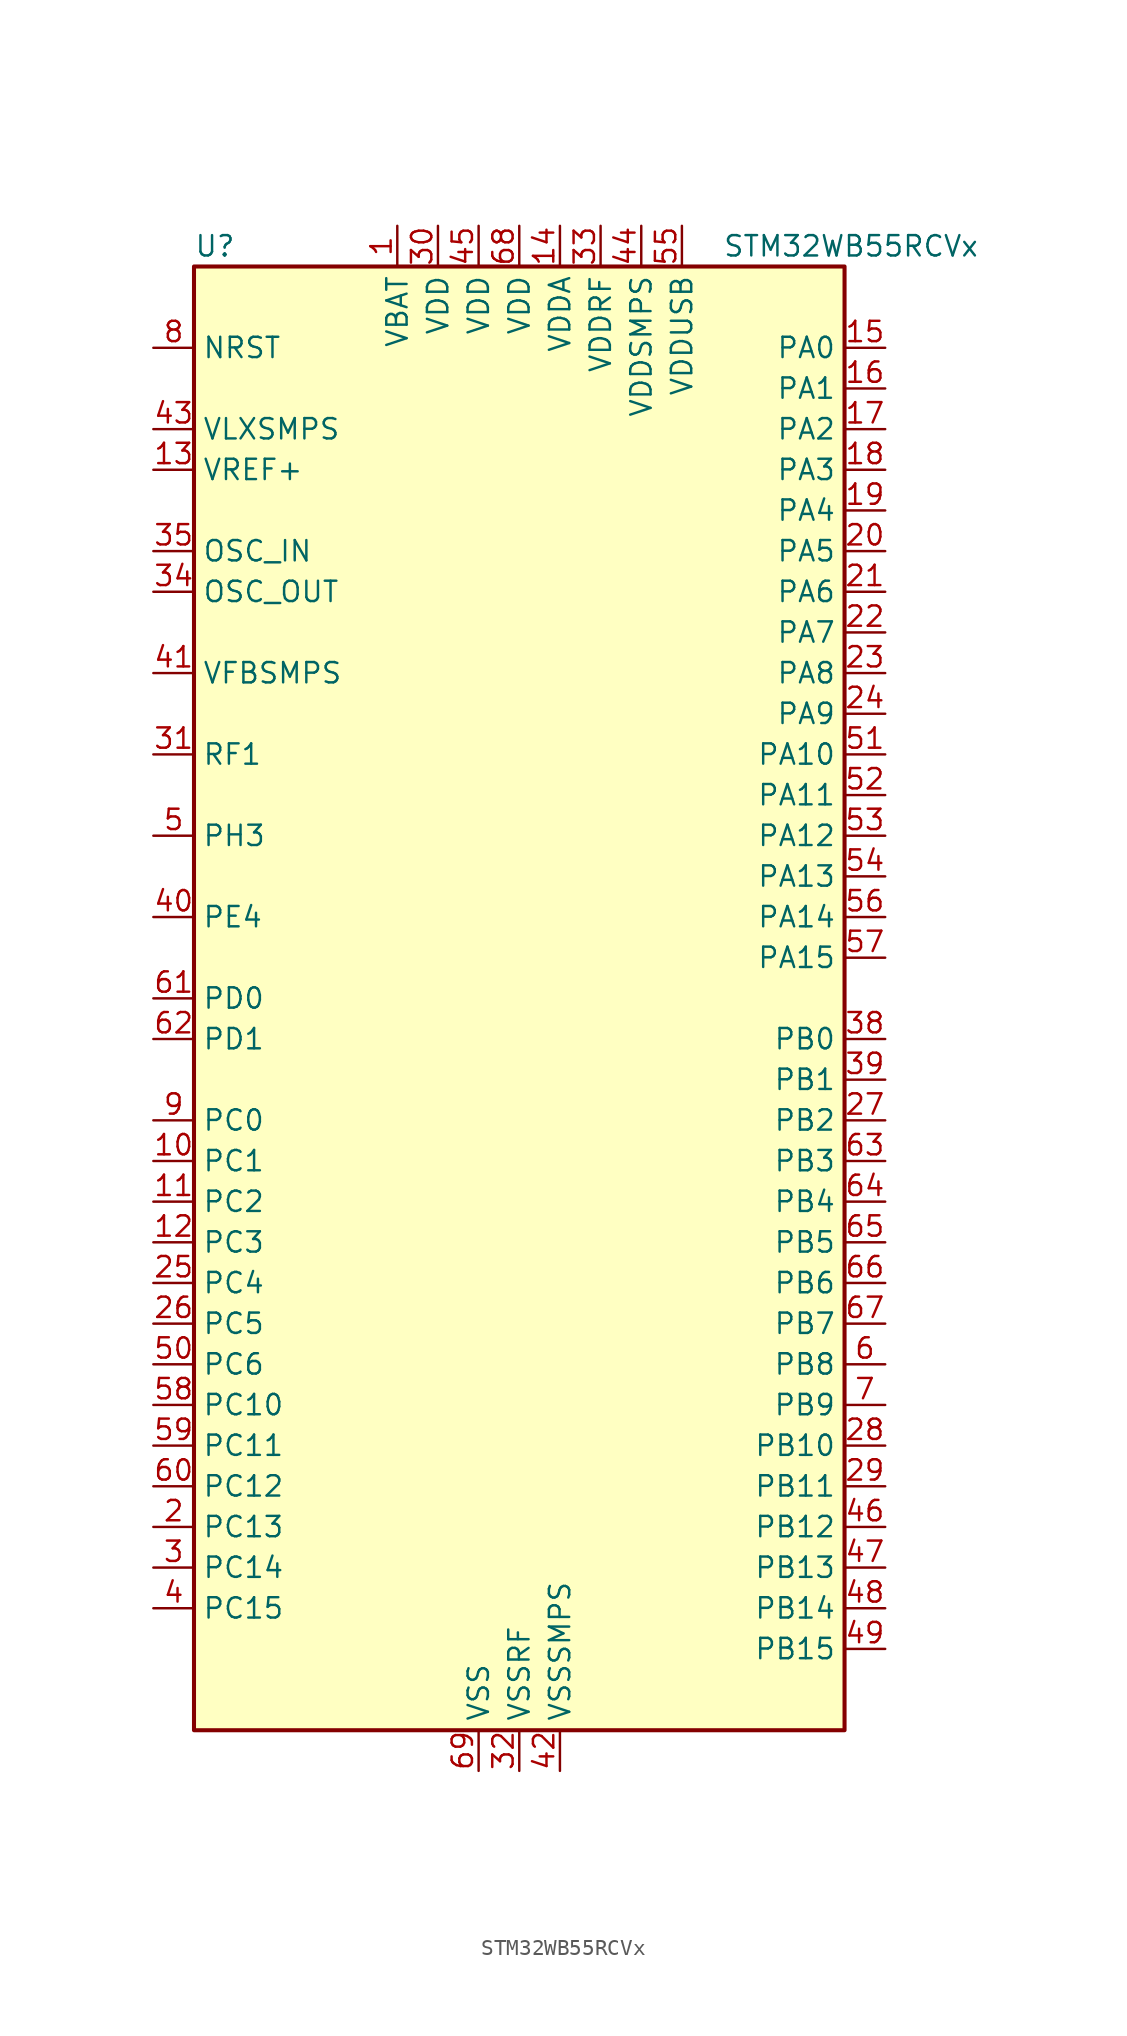
<source format=kicad_sym>
(kicad_symbol_lib
  (version 20231120)
  (generator "kicad-library-utils")
  (generator_version "8.0")
  (symbol "STM32WB55RCVx"
    (property "Reference" "U"
      (at -20.32 46.99 0)
      (effects (font (size 1.27 1.27)) (justify left)))
    (property "Value" "STM32WB55RCVx"
      (at 12.7 46.99 0)
      (effects (font (size 1.27 1.27)) (justify left)))
    (symbol "STM32WB55RCVx_0_1"
      (rectangle (start -20.32 -45.72) (end 20.32 45.72) (stroke (width 0.254) (type default)) (fill (type background))))
    (symbol "STM32WB55RCVx_1_1"
      (pin power_in line (at -7.62 48.26 270) (length 2.54) (name "VBAT" (effects (font (size 1.27 1.27)))) (number "1" (effects (font (size 1.27 1.27)))))
      (pin bidirectional line (at -22.86 -10.16 0) (length 2.54) (name "PC1" (effects (font (size 1.27 1.27)))) (number "10" (effects (font (size 1.27 1.27)))) (alternate "ADC1_IN2" bidirectional line) (alternate "I2C3_SDA" bidirectional line) (alternate "LCD_SEG19" bidirectional line) (alternate "LPTIM1_OUT" bidirectional line) (alternate "LPUART1_TX" bidirectional line) (alternate "SPI2_MOSI" bidirectional line))
      (pin bidirectional line (at -22.86 -12.7 0) (length 2.54) (name "PC2" (effects (font (size 1.27 1.27)))) (number "11" (effects (font (size 1.27 1.27)))) (alternate "ADC1_IN3" bidirectional line) (alternate "LCD_SEG20" bidirectional line) (alternate "LPTIM1_IN2" bidirectional line) (alternate "SPI2_MISO" bidirectional line))
      (pin bidirectional line (at -22.86 -15.24 0) (length 2.54) (name "PC3" (effects (font (size 1.27 1.27)))) (number "12" (effects (font (size 1.27 1.27)))) (alternate "ADC1_IN4" bidirectional line) (alternate "LCD_VLCD" bidirectional line) (alternate "LPTIM1_ETR" bidirectional line) (alternate "LPTIM2_ETR" bidirectional line) (alternate "SAI1_D1" bidirectional line) (alternate "SAI1_SD_A" bidirectional line) (alternate "SPI2_MOSI" bidirectional line))
      (pin input line (at -22.86 33.02 0) (length 2.54) (name "VREF+" (effects (font (size 1.27 1.27)))) (number "13" (effects (font (size 1.27 1.27)))) (alternate "VREFBUF_OUT" bidirectional line))
      (pin power_in line (at 2.54 48.26 270) (length 2.54) (name "VDDA" (effects (font (size 1.27 1.27)))) (number "14" (effects (font (size 1.27 1.27)))))
      (pin bidirectional line (at 22.86 40.64 180) (length 2.54) (name "PA0" (effects (font (size 1.27 1.27)))) (number "15" (effects (font (size 1.27 1.27)))) (alternate "ADC1_IN5" bidirectional line) (alternate "COMP1_INM" bidirectional line) (alternate "COMP1_OUT" bidirectional line) (alternate "RTC_TAMP2" bidirectional line) (alternate "SAI1_EXTCLK" bidirectional line) (alternate "SYS_WKUP1" bidirectional line) (alternate "TIM2_CH1" bidirectional line) (alternate "TIM2_ETR" bidirectional line))
      (pin bidirectional line (at 22.86 38.1 180) (length 2.54) (name "PA1" (effects (font (size 1.27 1.27)))) (number "16" (effects (font (size 1.27 1.27)))) (alternate "ADC1_IN6" bidirectional line) (alternate "COMP1_INP" bidirectional line) (alternate "I2C1_SMBA" bidirectional line) (alternate "LCD_SEG0" bidirectional line) (alternate "SPI1_SCK" bidirectional line) (alternate "TIM2_CH2" bidirectional line))
      (pin bidirectional line (at 22.86 35.56 180) (length 2.54) (name "PA2" (effects (font (size 1.27 1.27)))) (number "17" (effects (font (size 1.27 1.27)))) (alternate "ADC1_IN7" bidirectional line) (alternate "COMP2_INM" bidirectional line) (alternate "COMP2_OUT" bidirectional line) (alternate "LCD_SEG1" bidirectional line) (alternate "LPUART1_TX" bidirectional line) (alternate "QUADSPI_BK1_NCS" bidirectional line) (alternate "RCC_LSCO" bidirectional line) (alternate "SYS_WKUP4" bidirectional line) (alternate "TIM2_CH3" bidirectional line))
      (pin bidirectional line (at 22.86 33.02 180) (length 2.54) (name "PA3" (effects (font (size 1.27 1.27)))) (number "18" (effects (font (size 1.27 1.27)))) (alternate "ADC1_IN8" bidirectional line) (alternate "COMP2_INP" bidirectional line) (alternate "LCD_SEG2" bidirectional line) (alternate "LPUART1_RX" bidirectional line) (alternate "QUADSPI_CLK" bidirectional line) (alternate "SAI1_CK1" bidirectional line) (alternate "SAI1_MCLK_A" bidirectional line) (alternate "TIM2_CH4" bidirectional line))
      (pin bidirectional line (at 22.86 30.48 180) (length 2.54) (name "PA4" (effects (font (size 1.27 1.27)))) (number "19" (effects (font (size 1.27 1.27)))) (alternate "ADC1_IN9" bidirectional line) (alternate "COMP1_INM" bidirectional line) (alternate "COMP2_INM" bidirectional line) (alternate "LCD_SEG5" bidirectional line) (alternate "LPTIM2_OUT" bidirectional line) (alternate "SAI1_FS_B" bidirectional line) (alternate "SPI1_NSS" bidirectional line))
      (pin bidirectional line (at -22.86 -33.02 0) (length 2.54) (name "PC13" (effects (font (size 1.27 1.27)))) (number "2" (effects (font (size 1.27 1.27)))) (alternate "RTC_OUT1" bidirectional line) (alternate "RTC_TAMP1" bidirectional line) (alternate "RTC_TS" bidirectional line) (alternate "SYS_WKUP2" bidirectional line))
      (pin bidirectional line (at 22.86 27.94 180) (length 2.54) (name "PA5" (effects (font (size 1.27 1.27)))) (number "20" (effects (font (size 1.27 1.27)))) (alternate "ADC1_IN10" bidirectional line) (alternate "COMP1_INM" bidirectional line) (alternate "COMP2_INM" bidirectional line) (alternate "LPTIM2_ETR" bidirectional line) (alternate "SAI1_SD_B" bidirectional line) (alternate "SPI1_SCK" bidirectional line) (alternate "TIM2_CH1" bidirectional line) (alternate "TIM2_ETR" bidirectional line))
      (pin bidirectional line (at 22.86 25.4 180) (length 2.54) (name "PA6" (effects (font (size 1.27 1.27)))) (number "21" (effects (font (size 1.27 1.27)))) (alternate "ADC1_IN11" bidirectional line) (alternate "LCD_SEG3" bidirectional line) (alternate "LPUART1_CTS" bidirectional line) (alternate "QUADSPI_BK1_IO3" bidirectional line) (alternate "SPI1_MISO" bidirectional line) (alternate "TIM16_CH1" bidirectional line) (alternate "TIM1_BKIN" bidirectional line))
      (pin bidirectional line (at 22.86 22.86 180) (length 2.54) (name "PA7" (effects (font (size 1.27 1.27)))) (number "22" (effects (font (size 1.27 1.27)))) (alternate "ADC1_IN12" bidirectional line) (alternate "COMP2_OUT" bidirectional line) (alternate "I2C3_SCL" bidirectional line) (alternate "LCD_SEG4" bidirectional line) (alternate "QUADSPI_BK1_IO2" bidirectional line) (alternate "SPI1_MOSI" bidirectional line) (alternate "TIM17_CH1" bidirectional line) (alternate "TIM1_CH1N" bidirectional line))
      (pin bidirectional line (at 22.86 20.32 180) (length 2.54) (name "PA8" (effects (font (size 1.27 1.27)))) (number "23" (effects (font (size 1.27 1.27)))) (alternate "ADC1_IN15" bidirectional line) (alternate "LCD_COM0" bidirectional line) (alternate "LPTIM2_OUT" bidirectional line) (alternate "RCC_MCO" bidirectional line) (alternate "SAI1_CK2" bidirectional line) (alternate "SAI1_SCK_A" bidirectional line) (alternate "TIM1_CH1" bidirectional line) (alternate "USART1_CK" bidirectional line))
      (pin bidirectional line (at 22.86 17.78 180) (length 2.54) (name "PA9" (effects (font (size 1.27 1.27)))) (number "24" (effects (font (size 1.27 1.27)))) (alternate "ADC1_IN16" bidirectional line) (alternate "COMP1_INM" bidirectional line) (alternate "I2C1_SCL" bidirectional line) (alternate "LCD_COM1" bidirectional line) (alternate "SAI1_D2" bidirectional line) (alternate "SAI1_FS_A" bidirectional line) (alternate "SPI2_SCK" bidirectional line) (alternate "TIM1_CH2" bidirectional line) (alternate "USART1_TX" bidirectional line))
      (pin bidirectional line (at -22.86 -17.78 0) (length 2.54) (name "PC4" (effects (font (size 1.27 1.27)))) (number "25" (effects (font (size 1.27 1.27)))) (alternate "ADC1_IN13" bidirectional line) (alternate "COMP1_INM" bidirectional line) (alternate "LCD_SEG22" bidirectional line))
      (pin bidirectional line (at -22.86 -20.32 0) (length 2.54) (name "PC5" (effects (font (size 1.27 1.27)))) (number "26" (effects (font (size 1.27 1.27)))) (alternate "ADC1_IN14" bidirectional line) (alternate "COMP1_INP" bidirectional line) (alternate "LCD_SEG23" bidirectional line) (alternate "SAI1_D3" bidirectional line) (alternate "SYS_WKUP5" bidirectional line))
      (pin bidirectional line (at 22.86 -7.62 180) (length 2.54) (name "PB2" (effects (font (size 1.27 1.27)))) (number "27" (effects (font (size 1.27 1.27)))) (alternate "COMP1_INP" bidirectional line) (alternate "I2C3_SMBA" bidirectional line) (alternate "LCD_VLCD" bidirectional line) (alternate "LPTIM1_OUT" bidirectional line) (alternate "RTC_OUT2" bidirectional line) (alternate "SAI1_EXTCLK" bidirectional line) (alternate "SPI1_NSS" bidirectional line))
      (pin bidirectional line (at 22.86 -27.94 180) (length 2.54) (name "PB10" (effects (font (size 1.27 1.27)))) (number "28" (effects (font (size 1.27 1.27)))) (alternate "COMP1_OUT" bidirectional line) (alternate "I2C3_SCL" bidirectional line) (alternate "LCD_SEG10" bidirectional line) (alternate "LPUART1_RX" bidirectional line) (alternate "QUADSPI_CLK" bidirectional line) (alternate "SAI1_SCK_A" bidirectional line) (alternate "SPI2_SCK" bidirectional line) (alternate "TIM2_CH3" bidirectional line) (alternate "TSC_SYNC" bidirectional line))
      (pin bidirectional line (at 22.86 -30.48 180) (length 2.54) (name "PB11" (effects (font (size 1.27 1.27)))) (number "29" (effects (font (size 1.27 1.27)))) (alternate "ADC1_EXTI11" bidirectional line) (alternate "COMP2_OUT" bidirectional line) (alternate "I2C3_SDA" bidirectional line) (alternate "LCD_SEG11" bidirectional line) (alternate "LPUART1_TX" bidirectional line) (alternate "QUADSPI_BK1_NCS" bidirectional line) (alternate "TIM2_CH4" bidirectional line))
      (pin bidirectional line (at -22.86 -35.56 0) (length 2.54) (name "PC14" (effects (font (size 1.27 1.27)))) (number "3" (effects (font (size 1.27 1.27)))) (alternate "RCC_OSC32_IN" bidirectional line))
      (pin power_in line (at -5.08 48.26 270) (length 2.54) (name "VDD" (effects (font (size 1.27 1.27)))) (number "30" (effects (font (size 1.27 1.27)))))
      (pin bidirectional line (at -22.86 15.24 0) (length 2.54) (name "RF1" (effects (font (size 1.27 1.27)))) (number "31" (effects (font (size 1.27 1.27)))) (alternate "RF_RF1" bidirectional line))
      (pin power_in line (at 0 -48.26 90) (length 2.54) (name "VSSRF" (effects (font (size 1.27 1.27)))) (number "32" (effects (font (size 1.27 1.27)))))
      (pin power_in line (at 5.08 48.26 270) (length 2.54) (name "VDDRF" (effects (font (size 1.27 1.27)))) (number "33" (effects (font (size 1.27 1.27)))))
      (pin input line (at -22.86 25.4 0) (length 2.54) (name "OSC_OUT" (effects (font (size 1.27 1.27)))) (number "34" (effects (font (size 1.27 1.27)))) (alternate "RCC_OSC_OUT" bidirectional line))
      (pin input line (at -22.86 27.94 0) (length 2.54) (name "OSC_IN" (effects (font (size 1.27 1.27)))) (number "35" (effects (font (size 1.27 1.27)))) (alternate "RCC_OSC_IN" bidirectional line))
      (pin no_connect line (at -20.32 -45.72 0) (length 2.54) hide (name "AT0" (effects (font (size 1.27 1.27)))) (number "36" (effects (font (size 1.27 1.27)))))
      (pin no_connect line (at -20.32 -43.18 0) (length 2.54) hide (name "AT1" (effects (font (size 1.27 1.27)))) (number "37" (effects (font (size 1.27 1.27)))))
      (pin bidirectional line (at 22.86 -2.54 180) (length 2.54) (name "PB0" (effects (font (size 1.27 1.27)))) (number "38" (effects (font (size 1.27 1.27)))) (alternate "COMP1_OUT" bidirectional line) (alternate "RF_TX_MOD_EXT_PA" bidirectional line))
      (pin bidirectional line (at 22.86 -5.08 180) (length 2.54) (name "PB1" (effects (font (size 1.27 1.27)))) (number "39" (effects (font (size 1.27 1.27)))) (alternate "LPTIM2_IN1" bidirectional line) (alternate "LPUART1_DE" bidirectional line) (alternate "LPUART1_RTS" bidirectional line))
      (pin bidirectional line (at -22.86 -38.1 0) (length 2.54) (name "PC15" (effects (font (size 1.27 1.27)))) (number "4" (effects (font (size 1.27 1.27)))) (alternate "ADC1_EXTI15" bidirectional line) (alternate "RCC_OSC32_OUT" bidirectional line))
      (pin bidirectional line (at -22.86 5.08 0) (length 2.54) (name "PE4" (effects (font (size 1.27 1.27)))) (number "40" (effects (font (size 1.27 1.27)))))
      (pin input line (at -22.86 20.32 0) (length 2.54) (name "VFBSMPS" (effects (font (size 1.27 1.27)))) (number "41" (effects (font (size 1.27 1.27)))))
      (pin power_in line (at 2.54 -48.26 90) (length 2.54) (name "VSSSMPS" (effects (font (size 1.27 1.27)))) (number "42" (effects (font (size 1.27 1.27)))))
      (pin power_in line (at -22.86 35.56 0) (length 2.54) (name "VLXSMPS" (effects (font (size 1.27 1.27)))) (number "43" (effects (font (size 1.27 1.27)))))
      (pin power_in line (at 7.62 48.26 270) (length 2.54) (name "VDDSMPS" (effects (font (size 1.27 1.27)))) (number "44" (effects (font (size 1.27 1.27)))))
      (pin power_in line (at -2.54 48.26 270) (length 2.54) (name "VDD" (effects (font (size 1.27 1.27)))) (number "45" (effects (font (size 1.27 1.27)))))
      (pin bidirectional line (at 22.86 -33.02 180) (length 2.54) (name "PB12" (effects (font (size 1.27 1.27)))) (number "46" (effects (font (size 1.27 1.27)))) (alternate "I2C3_SMBA" bidirectional line) (alternate "LCD_SEG12" bidirectional line) (alternate "LPUART1_DE" bidirectional line) (alternate "LPUART1_RTS" bidirectional line) (alternate "SAI1_FS_A" bidirectional line) (alternate "SPI2_NSS" bidirectional line) (alternate "TIM1_BKIN" bidirectional line) (alternate "TSC_G1_IO1" bidirectional line))
      (pin bidirectional line (at 22.86 -35.56 180) (length 2.54) (name "PB13" (effects (font (size 1.27 1.27)))) (number "47" (effects (font (size 1.27 1.27)))) (alternate "I2C3_SCL" bidirectional line) (alternate "LCD_SEG13" bidirectional line) (alternate "LPUART1_CTS" bidirectional line) (alternate "SAI1_SCK_A" bidirectional line) (alternate "SPI2_SCK" bidirectional line) (alternate "TIM1_CH1N" bidirectional line) (alternate "TSC_G1_IO2" bidirectional line))
      (pin bidirectional line (at 22.86 -38.1 180) (length 2.54) (name "PB14" (effects (font (size 1.27 1.27)))) (number "48" (effects (font (size 1.27 1.27)))) (alternate "I2C3_SDA" bidirectional line) (alternate "LCD_SEG14" bidirectional line) (alternate "SAI1_MCLK_A" bidirectional line) (alternate "SPI2_MISO" bidirectional line) (alternate "TIM1_CH2N" bidirectional line) (alternate "TSC_G1_IO3" bidirectional line))
      (pin bidirectional line (at 22.86 -40.64 180) (length 2.54) (name "PB15" (effects (font (size 1.27 1.27)))) (number "49" (effects (font (size 1.27 1.27)))) (alternate "ADC1_EXTI15" bidirectional line) (alternate "LCD_SEG15" bidirectional line) (alternate "RTC_REFIN" bidirectional line) (alternate "SAI1_SD_A" bidirectional line) (alternate "SPI2_MOSI" bidirectional line) (alternate "TIM1_CH3N" bidirectional line) (alternate "TSC_G1_IO4" bidirectional line))
      (pin bidirectional line (at -22.86 10.16 0) (length 2.54) (name "PH3" (effects (font (size 1.27 1.27)))) (number "5" (effects (font (size 1.27 1.27)))) (alternate "RCC_LSCO" bidirectional line))
      (pin bidirectional line (at -22.86 -22.86 0) (length 2.54) (name "PC6" (effects (font (size 1.27 1.27)))) (number "50" (effects (font (size 1.27 1.27)))) (alternate "LCD_SEG24" bidirectional line))
      (pin bidirectional line (at 22.86 15.24 180) (length 2.54) (name "PA10" (effects (font (size 1.27 1.27)))) (number "51" (effects (font (size 1.27 1.27)))) (alternate "CRS_SYNC" bidirectional line) (alternate "I2C1_SDA" bidirectional line) (alternate "LCD_COM2" bidirectional line) (alternate "SAI1_D1" bidirectional line) (alternate "SAI1_SD_A" bidirectional line) (alternate "TIM17_BKIN" bidirectional line) (alternate "TIM1_CH3" bidirectional line) (alternate "USART1_RX" bidirectional line))
      (pin bidirectional line (at 22.86 12.7 180) (length 2.54) (name "PA11" (effects (font (size 1.27 1.27)))) (number "52" (effects (font (size 1.27 1.27)))) (alternate "ADC1_EXTI11" bidirectional line) (alternate "SPI1_MISO" bidirectional line) (alternate "TIM1_BKIN2" bidirectional line) (alternate "TIM1_CH4" bidirectional line) (alternate "USART1_CTS" bidirectional line) (alternate "USART1_NSS" bidirectional line) (alternate "USB_DM" bidirectional line))
      (pin bidirectional line (at 22.86 10.16 180) (length 2.54) (name "PA12" (effects (font (size 1.27 1.27)))) (number "53" (effects (font (size 1.27 1.27)))) (alternate "LPUART1_RX" bidirectional line) (alternate "SPI1_MOSI" bidirectional line) (alternate "TIM1_ETR" bidirectional line) (alternate "USART1_DE" bidirectional line) (alternate "USART1_RTS" bidirectional line) (alternate "USB_DP" bidirectional line))
      (pin bidirectional line (at 22.86 7.62 180) (length 2.54) (name "PA13" (effects (font (size 1.27 1.27)))) (number "54" (effects (font (size 1.27 1.27)))) (alternate "IR_OUT" bidirectional line) (alternate "SAI1_SD_B" bidirectional line) (alternate "SYS_JTMS-SWDIO" bidirectional line) (alternate "USB_NOE" bidirectional line))
      (pin power_in line (at 10.16 48.26 270) (length 2.54) (name "VDDUSB" (effects (font (size 1.27 1.27)))) (number "55" (effects (font (size 1.27 1.27)))))
      (pin bidirectional line (at 22.86 5.08 180) (length 2.54) (name "PA14" (effects (font (size 1.27 1.27)))) (number "56" (effects (font (size 1.27 1.27)))) (alternate "I2C1_SMBA" bidirectional line) (alternate "LCD_SEG5" bidirectional line) (alternate "LPTIM1_OUT" bidirectional line) (alternate "SAI1_FS_B" bidirectional line) (alternate "SYS_JTCK-SWCLK" bidirectional line))
      (pin bidirectional line (at 22.86 2.54 180) (length 2.54) (name "PA15" (effects (font (size 1.27 1.27)))) (number "57" (effects (font (size 1.27 1.27)))) (alternate "ADC1_EXTI15" bidirectional line) (alternate "LCD_SEG17" bidirectional line) (alternate "RCC_MCO" bidirectional line) (alternate "SPI1_NSS" bidirectional line) (alternate "SYS_JTDI" bidirectional line) (alternate "TIM2_CH1" bidirectional line) (alternate "TIM2_ETR" bidirectional line) (alternate "TSC_G3_IO1" bidirectional line))
      (pin bidirectional line (at -22.86 -25.4 0) (length 2.54) (name "PC10" (effects (font (size 1.27 1.27)))) (number "58" (effects (font (size 1.27 1.27)))) (alternate "LCD_COM4" bidirectional line) (alternate "LCD_SEG28" bidirectional line) (alternate "LCD_SEG40" bidirectional line) (alternate "SYS_TRACED1" bidirectional line) (alternate "TSC_G3_IO2" bidirectional line))
      (pin bidirectional line (at -22.86 -27.94 0) (length 2.54) (name "PC11" (effects (font (size 1.27 1.27)))) (number "59" (effects (font (size 1.27 1.27)))) (alternate "ADC1_EXTI11" bidirectional line) (alternate "LCD_COM5" bidirectional line) (alternate "LCD_SEG29" bidirectional line) (alternate "LCD_SEG41" bidirectional line) (alternate "TSC_G3_IO3" bidirectional line))
      (pin bidirectional line (at 22.86 -22.86 180) (length 2.54) (name "PB8" (effects (font (size 1.27 1.27)))) (number "6" (effects (font (size 1.27 1.27)))) (alternate "I2C1_SCL" bidirectional line) (alternate "LCD_SEG16" bidirectional line) (alternate "QUADSPI_BK1_IO1" bidirectional line) (alternate "SAI1_CK1" bidirectional line) (alternate "SAI1_MCLK_A" bidirectional line) (alternate "TIM16_CH1" bidirectional line) (alternate "TIM1_CH2N" bidirectional line))
      (pin bidirectional line (at -22.86 -30.48 0) (length 2.54) (name "PC12" (effects (font (size 1.27 1.27)))) (number "60" (effects (font (size 1.27 1.27)))) (alternate "LCD_COM6" bidirectional line) (alternate "LCD_SEG30" bidirectional line) (alternate "LCD_SEG42" bidirectional line) (alternate "RCC_LSCO" bidirectional line) (alternate "RTC_TAMP3" bidirectional line) (alternate "SYS_TRACED3" bidirectional line) (alternate "SYS_WKUP3" bidirectional line) (alternate "TSC_G3_IO4" bidirectional line))
      (pin bidirectional line (at -22.86 0 0) (length 2.54) (name "PD0" (effects (font (size 1.27 1.27)))) (number "61" (effects (font (size 1.27 1.27)))) (alternate "SPI2_NSS" bidirectional line))
      (pin bidirectional line (at -22.86 -2.54 0) (length 2.54) (name "PD1" (effects (font (size 1.27 1.27)))) (number "62" (effects (font (size 1.27 1.27)))) (alternate "SPI2_SCK" bidirectional line))
      (pin bidirectional line (at 22.86 -10.16 180) (length 2.54) (name "PB3" (effects (font (size 1.27 1.27)))) (number "63" (effects (font (size 1.27 1.27)))) (alternate "COMP2_INM" bidirectional line) (alternate "LCD_SEG7" bidirectional line) (alternate "SAI1_SCK_B" bidirectional line) (alternate "SPI1_SCK" bidirectional line) (alternate "SYS_JTDO-SWO" bidirectional line) (alternate "TIM2_CH2" bidirectional line) (alternate "USART1_DE" bidirectional line) (alternate "USART1_RTS" bidirectional line))
      (pin bidirectional line (at 22.86 -12.7 180) (length 2.54) (name "PB4" (effects (font (size 1.27 1.27)))) (number "64" (effects (font (size 1.27 1.27)))) (alternate "COMP2_INP" bidirectional line) (alternate "I2C3_SDA" bidirectional line) (alternate "LCD_SEG8" bidirectional line) (alternate "SAI1_MCLK_B" bidirectional line) (alternate "SPI1_MISO" bidirectional line) (alternate "SYS_JTRST" bidirectional line) (alternate "TIM17_BKIN" bidirectional line) (alternate "TSC_G2_IO1" bidirectional line) (alternate "USART1_CTS" bidirectional line) (alternate "USART1_NSS" bidirectional line))
      (pin bidirectional line (at 22.86 -15.24 180) (length 2.54) (name "PB5" (effects (font (size 1.27 1.27)))) (number "65" (effects (font (size 1.27 1.27)))) (alternate "COMP2_OUT" bidirectional line) (alternate "I2C1_SMBA" bidirectional line) (alternate "LCD_SEG9" bidirectional line) (alternate "LPTIM1_IN1" bidirectional line) (alternate "LPUART1_TX" bidirectional line) (alternate "SAI1_SD_B" bidirectional line) (alternate "SPI1_MOSI" bidirectional line) (alternate "TIM16_BKIN" bidirectional line) (alternate "TSC_G2_IO2" bidirectional line) (alternate "USART1_CK" bidirectional line))
      (pin bidirectional line (at 22.86 -17.78 180) (length 2.54) (name "PB6" (effects (font (size 1.27 1.27)))) (number "66" (effects (font (size 1.27 1.27)))) (alternate "COMP2_INP" bidirectional line) (alternate "I2C1_SCL" bidirectional line) (alternate "LCD_SEG6" bidirectional line) (alternate "LPTIM1_ETR" bidirectional line) (alternate "RCC_MCO" bidirectional line) (alternate "SAI1_FS_B" bidirectional line) (alternate "TIM16_CH1N" bidirectional line) (alternate "TSC_G2_IO3" bidirectional line) (alternate "USART1_TX" bidirectional line))
      (pin bidirectional line (at 22.86 -20.32 180) (length 2.54) (name "PB7" (effects (font (size 1.27 1.27)))) (number "67" (effects (font (size 1.27 1.27)))) (alternate "COMP2_INM" bidirectional line) (alternate "I2C1_SDA" bidirectional line) (alternate "LCD_SEG21" bidirectional line) (alternate "LPTIM1_IN2" bidirectional line) (alternate "SYS_PVD_IN" bidirectional line) (alternate "TIM17_CH1N" bidirectional line) (alternate "TIM1_BKIN" bidirectional line) (alternate "TSC_G2_IO4" bidirectional line) (alternate "USART1_RX" bidirectional line))
      (pin power_in line (at 0 48.26 270) (length 2.54) (name "VDD" (effects (font (size 1.27 1.27)))) (number "68" (effects (font (size 1.27 1.27)))))
      (pin power_in line (at -2.54 -48.26 90) (length 2.54) (name "VSS" (effects (font (size 1.27 1.27)))) (number "69" (effects (font (size 1.27 1.27)))))
      (pin bidirectional line (at 22.86 -25.4 180) (length 2.54) (name "PB9" (effects (font (size 1.27 1.27)))) (number "7" (effects (font (size 1.27 1.27)))) (alternate "I2C1_SDA" bidirectional line) (alternate "IR_OUT" bidirectional line) (alternate "LCD_COM3" bidirectional line) (alternate "QUADSPI_BK1_IO0" bidirectional line) (alternate "SAI1_D2" bidirectional line) (alternate "SAI1_FS_A" bidirectional line) (alternate "SPI2_NSS" bidirectional line) (alternate "TIM17_CH1" bidirectional line) (alternate "TIM1_CH3N" bidirectional line))
      (pin input line (at -22.86 40.64 0) (length 2.54) (name "NRST" (effects (font (size 1.27 1.27)))) (number "8" (effects (font (size 1.27 1.27)))))
      (pin bidirectional line (at -22.86 -7.62 0) (length 2.54) (name "PC0" (effects (font (size 1.27 1.27)))) (number "9" (effects (font (size 1.27 1.27)))) (alternate "ADC1_IN1" bidirectional line) (alternate "I2C3_SCL" bidirectional line) (alternate "LCD_SEG18" bidirectional line) (alternate "LPTIM1_IN1" bidirectional line) (alternate "LPTIM2_IN1" bidirectional line) (alternate "LPUART1_RX" bidirectional line)))))
</source>
